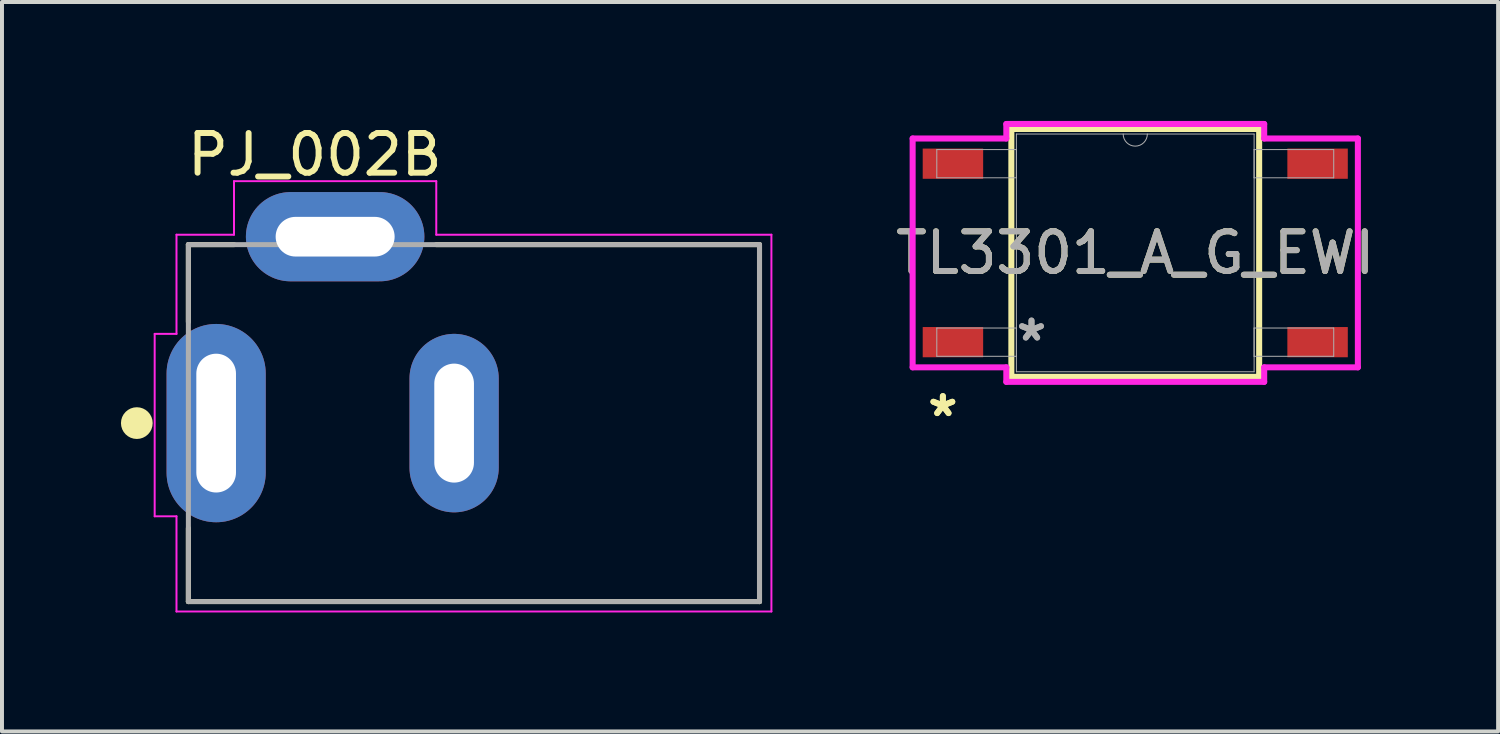
<source format=kicad_pcb>
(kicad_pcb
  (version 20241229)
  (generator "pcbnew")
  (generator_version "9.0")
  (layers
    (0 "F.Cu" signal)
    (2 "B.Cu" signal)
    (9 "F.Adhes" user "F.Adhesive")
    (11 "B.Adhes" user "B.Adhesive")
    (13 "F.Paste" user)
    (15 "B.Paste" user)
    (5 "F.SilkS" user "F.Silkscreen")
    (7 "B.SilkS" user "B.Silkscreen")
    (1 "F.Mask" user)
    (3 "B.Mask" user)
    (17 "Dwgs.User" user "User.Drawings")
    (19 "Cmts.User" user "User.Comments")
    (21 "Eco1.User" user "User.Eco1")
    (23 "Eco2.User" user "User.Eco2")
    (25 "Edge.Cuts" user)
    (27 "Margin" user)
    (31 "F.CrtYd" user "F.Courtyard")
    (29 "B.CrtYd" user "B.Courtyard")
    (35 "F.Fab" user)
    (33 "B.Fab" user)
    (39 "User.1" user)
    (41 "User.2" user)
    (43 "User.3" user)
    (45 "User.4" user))
  (footprint "PJ_002B"
    (layer "F.Cu")
    (at 2.4 7.618)
    (property "Reference" "PJ_002B" (at 2.487 -6.769 0) (layer "F.SilkS") (effects (font (size 1.001 1.001) (thickness 0.15))))
    (attr through_hole)
    (fp_line (start -0.7 -4.5) (end 0.45 -4.5) (stroke (width 0.127) (type solid)) (layer "F.SilkS"))
    (fp_line (start -0.7 -2.55) (end -0.7 -4.5) (stroke (width 0.127) (type solid)) (layer "F.SilkS"))
    (fp_line (start -0.7 4.5) (end -0.7 2.65) (stroke (width 0.127) (type solid)) (layer "F.SilkS"))
    (fp_line (start 5.55 -4.5) (end 13.7 -4.5) (stroke (width 0.127) (type solid)) (layer "F.SilkS"))
    (fp_line (start 13.7 -4.5) (end 13.7 4.5) (stroke (width 0.127) (type solid)) (layer "F.SilkS"))
    (fp_line (start 13.7 4.5) (end -0.7 4.5) (stroke (width 0.127) (type solid)) (layer "F.SilkS"))
    (fp_circle (center -2 0) (end -1.8 0) (stroke (width 0.4) (type solid)) (fill no) (layer "F.SilkS"))
    (fp_line (start -1.55 -2.25) (end -1.55 2.35) (stroke (width 0.05) (type solid)) (layer "F.CrtYd"))
    (fp_line (start -1.55 2.35) (end -1 2.35) (stroke (width 0.05) (type solid)) (layer "F.CrtYd"))
    (fp_line (start -1 -4.75) (end 0.45 -4.75) (stroke (width 0.05) (type solid)) (layer "F.CrtYd"))
    (fp_line (start -1 -2.25) (end -1.55 -2.25) (stroke (width 0.05) (type solid)) (layer "F.CrtYd"))
    (fp_line (start -1 -2.25) (end -1 -4.75) (stroke (width 0.05) (type solid)) (layer "F.CrtYd"))
    (fp_line (start -1 4.75) (end -1 2.35) (stroke (width 0.05) (type solid)) (layer "F.CrtYd"))
    (fp_line (start 0.45 -6.1) (end 5.55 -6.1) (stroke (width 0.05) (type solid)) (layer "F.CrtYd"))
    (fp_line (start 0.45 -4.75) (end 0.45 -6.1) (stroke (width 0.05) (type solid)) (layer "F.CrtYd"))
    (fp_line (start 5.55 -6.1) (end 5.55 -4.75) (stroke (width 0.05) (type solid)) (layer "F.CrtYd"))
    (fp_line (start 5.55 -4.75) (end 14 -4.75) (stroke (width 0.05) (type solid)) (layer "F.CrtYd"))
    (fp_line (start 14 -4.75) (end 14 4.75) (stroke (width 0.05) (type solid)) (layer "F.CrtYd"))
    (fp_line (start 14 4.75) (end -1 4.75) (stroke (width 0.05) (type solid)) (layer "F.CrtYd"))
    (fp_line (start -0.7 -4.5) (end 13.7 -4.5) (stroke (width 0.127) (type solid)) (layer "F.Fab"))
    (fp_line (start -0.7 4.5) (end -0.7 -4.5) (stroke (width 0.127) (type solid)) (layer "F.Fab"))
    (fp_line (start 13.7 -4.5) (end 13.7 4.5) (stroke (width 0.127) (type solid)) (layer "F.Fab"))
    (fp_line (start 13.7 4.5) (end -0.7 4.5) (stroke (width 0.127) (type solid)) (layer "F.Fab"))
    (pad "1" thru_hole oval (at 0 0) (size 2.5 5) (drill oval 1 3.5) (layers "*.Cu" "*.Mask"))
    (pad "2" thru_hole oval (at 6 0) (size 2.25 4.5) (drill oval 1 3) (layers "*.Cu" "*.Mask"))
    (pad "3" thru_hole oval (at 3 -4.7) (size 4.5 2.25) (drill oval 3 1) (layers "*.Cu" "*.Mask")))
  (footprint "TL3301_A_G_EWI"
    (layer "F.Cu")
    (at 25.574 3.327)
    (property "Reference" "TL3301_A_G_EWI" (at 0 0 0) (unlocked yes) (layer "F.SilkS") (effects (font (size 1 1) (thickness 0.15))))
    (attr smd)
    (fp_line (start -3.124 -3.124) (end -3.124 3.124) (stroke (width 0.152) (type solid)) (layer "F.SilkS"))
    (fp_line (start -3.124 3.124) (end 3.124 3.124) (stroke (width 0.152) (type solid)) (layer "F.SilkS"))
    (fp_line (start 3.124 -3.124) (end -3.124 -3.124) (stroke (width 0.152) (type solid)) (layer "F.SilkS"))
    (fp_line (start 3.124 3.124) (end 3.124 -3.124) (stroke (width 0.152) (type solid)) (layer "F.SilkS"))
    (fp_line (start -5.613 -2.885) (end -3.251 -2.885) (stroke (width 0.152) (type solid)) (layer "F.CrtYd"))
    (fp_line (start -5.613 2.885) (end -5.613 -2.885) (stroke (width 0.152) (type solid)) (layer "F.CrtYd"))
    (fp_line (start -5.613 2.885) (end -3.251 2.885) (stroke (width 0.152) (type solid)) (layer "F.CrtYd"))
    (fp_line (start -3.251 -3.251) (end 3.251 -3.251) (stroke (width 0.152) (type solid)) (layer "F.CrtYd"))
    (fp_line (start -3.251 -2.885) (end -3.251 -3.251) (stroke (width 0.152) (type solid)) (layer "F.CrtYd"))
    (fp_line (start -3.251 3.251) (end -3.251 2.885) (stroke (width 0.152) (type solid)) (layer "F.CrtYd"))
    (fp_line (start 3.251 -3.251) (end 3.251 -2.885) (stroke (width 0.152) (type solid)) (layer "F.CrtYd"))
    (fp_line (start 3.251 2.885) (end 3.251 3.251) (stroke (width 0.152) (type solid)) (layer "F.CrtYd"))
    (fp_line (start 3.251 3.251) (end -3.251 3.251) (stroke (width 0.152) (type solid)) (layer "F.CrtYd"))
    (fp_line (start 5.613 -2.885) (end 3.251 -2.885) (stroke (width 0.152) (type solid)) (layer "F.CrtYd"))
    (fp_line (start 5.613 -2.885) (end 5.613 2.885) (stroke (width 0.152) (type solid)) (layer "F.CrtYd"))
    (fp_line (start 5.613 2.885) (end 3.251 2.885) (stroke (width 0.152) (type solid)) (layer "F.CrtYd"))
    (fp_line (start -5.004 -2.606) (end -5.004 -1.894) (stroke (width 0.025) (type solid)) (layer "F.Fab"))
    (fp_line (start -5.004 -1.894) (end -2.997 -1.894) (stroke (width 0.025) (type solid)) (layer "F.Fab"))
    (fp_line (start -5.004 1.894) (end -5.004 2.606) (stroke (width 0.025) (type solid)) (layer "F.Fab"))
    (fp_line (start -5.004 2.606) (end -2.997 2.606) (stroke (width 0.025) (type solid)) (layer "F.Fab"))
    (fp_line (start -2.997 -2.997) (end -2.997 2.997) (stroke (width 0.025) (type solid)) (layer "F.Fab"))
    (fp_line (start -2.997 -2.606) (end -5.004 -2.606) (stroke (width 0.025) (type solid)) (layer "F.Fab"))
    (fp_line (start -2.997 -1.894) (end -2.997 -2.606) (stroke (width 0.025) (type solid)) (layer "F.Fab"))
    (fp_line (start -2.997 1.894) (end -5.004 1.894) (stroke (width 0.025) (type solid)) (layer "F.Fab"))
    (fp_line (start -2.997 2.606) (end -2.997 1.894) (stroke (width 0.025) (type solid)) (layer "F.Fab"))
    (fp_line (start -2.997 2.997) (end 2.997 2.997) (stroke (width 0.025) (type solid)) (layer "F.Fab"))
    (fp_line (start 2.997 -2.997) (end -2.997 -2.997) (stroke (width 0.025) (type solid)) (layer "F.Fab"))
    (fp_line (start 2.997 -2.606) (end 2.997 -1.894) (stroke (width 0.025) (type solid)) (layer "F.Fab"))
    (fp_line (start 2.997 -1.894) (end 5.004 -1.894) (stroke (width 0.025) (type solid)) (layer "F.Fab"))
    (fp_line (start 2.997 1.894) (end 2.997 2.606) (stroke (width 0.025) (type solid)) (layer "F.Fab"))
    (fp_line (start 2.997 2.606) (end 5.004 2.606) (stroke (width 0.025) (type solid)) (layer "F.Fab"))
    (fp_line (start 2.997 2.997) (end 2.997 -2.997) (stroke (width 0.025) (type solid)) (layer "F.Fab"))
    (fp_line (start 5.004 -2.606) (end 2.997 -2.606) (stroke (width 0.025) (type solid)) (layer "F.Fab"))
    (fp_line (start 5.004 -1.894) (end 5.004 -2.606) (stroke (width 0.025) (type solid)) (layer "F.Fab"))
    (fp_line (start 5.004 1.894) (end 2.997 1.894) (stroke (width 0.025) (type solid)) (layer "F.Fab"))
    (fp_line (start 5.004 2.606) (end 5.004 1.894) (stroke (width 0.025) (type solid)) (layer "F.Fab"))
    (fp_arc (start 0.3048 -2.9972) (mid 0 -2.6924) (end -0.3048 -2.9972) (stroke (width 0.0254) (type solid)) (layer "F.Fab"))
    (fp_text user "*" (at -4.851 4.155 0) (unlocked yes) (layer "F.SilkS") (effects (font (size 1 1) (thickness 0.15))))
    (fp_text user "*" (at -4.851 4.155 0) (layer "F.SilkS") (effects (font (size 1 1) (thickness 0.15))))
    (fp_text user "*" (at -2.616 2.25 0) (layer "F.Fab") (effects (font (size 1 1) (thickness 0.15))))
    (fp_text user "*" (at -2.616 2.25 0) (unlocked yes) (layer "F.Fab") (effects (font (size 1 1) (thickness 0.15))))
    (fp_text user "${REFERENCE}" (at 0 0 0) (unlocked yes) (layer "F.Fab") (effects (font (size 1 1) (thickness 0.15))))
    (pad "1" smd rect (at -4.597 2.25) (size 1.524 0.762) (layers "F.Cu" "F.Mask" "F.Paste"))
    (pad "2" smd rect (at 4.597 2.25) (size 1.524 0.762) (layers "F.Cu" "F.Mask" "F.Paste"))
    (pad "3" smd rect (at -4.597 -2.25) (size 1.524 0.762) (layers "F.Cu" "F.Mask" "F.Paste"))
    (pad "4" smd rect (at 4.597 -2.25) (size 1.524 0.762) (layers "F.Cu" "F.Mask" "F.Paste")))
  (gr_rect
    (start -3 -3)
    (end 34.723 15.393)
    (stroke (width 0.1) (type default))
    (fill no)
    (layer "Edge.Cuts")))
</source>
